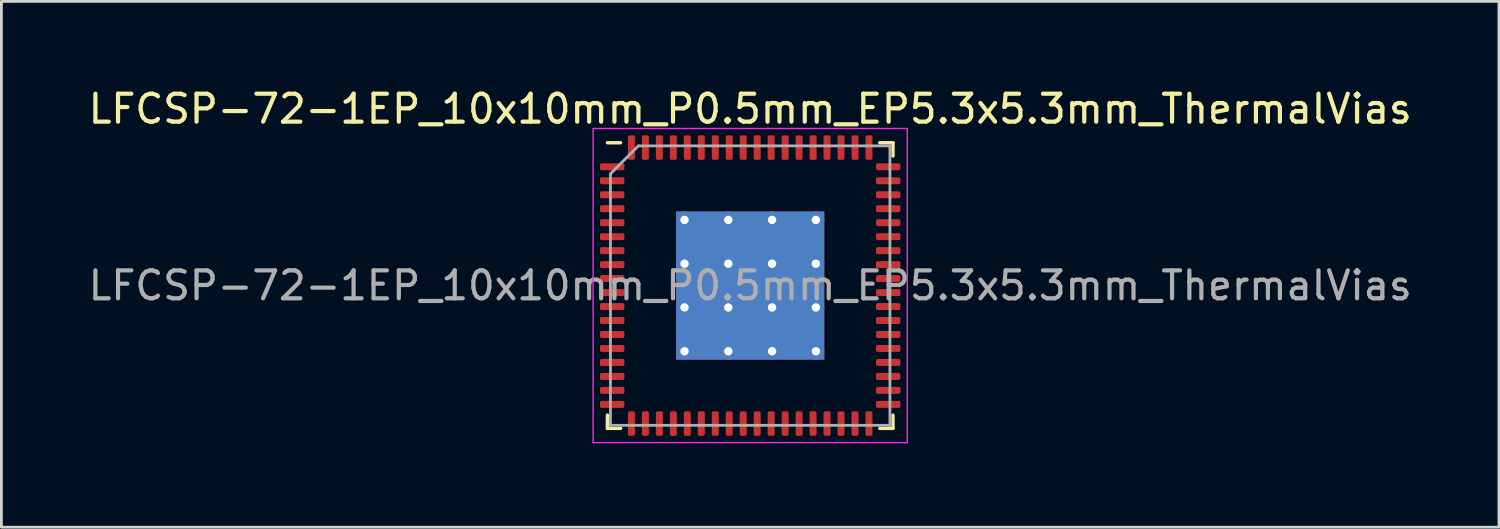
<source format=kicad_pcb>
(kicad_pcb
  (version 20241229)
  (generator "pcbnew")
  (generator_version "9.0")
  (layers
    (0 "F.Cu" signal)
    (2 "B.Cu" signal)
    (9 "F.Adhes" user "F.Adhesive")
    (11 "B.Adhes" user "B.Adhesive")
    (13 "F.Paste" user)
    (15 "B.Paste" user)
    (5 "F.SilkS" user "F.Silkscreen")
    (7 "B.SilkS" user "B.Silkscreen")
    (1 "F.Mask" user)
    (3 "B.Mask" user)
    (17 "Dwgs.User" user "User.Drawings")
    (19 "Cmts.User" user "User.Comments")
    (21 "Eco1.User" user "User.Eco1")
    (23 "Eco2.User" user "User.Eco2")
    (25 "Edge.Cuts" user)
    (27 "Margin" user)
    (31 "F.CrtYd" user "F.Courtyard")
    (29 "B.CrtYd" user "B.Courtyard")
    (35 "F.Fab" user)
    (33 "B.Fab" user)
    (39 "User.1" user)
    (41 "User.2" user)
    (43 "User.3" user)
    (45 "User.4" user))
  (footprint "LFCSP-72-1EP_10x10mm_P0.5mm_EP5.3x5.3mm_ThermalVias"
    (layer "F.Cu")
    (at 23.792 7.168)
    (property "Reference" "LFCSP-72-1EP_10x10mm_P0.5mm_EP5.3x5.3mm_ThermalVias" (at 0 -6.32 0) (layer "F.SilkS") (effects (font (size 1 1) (thickness 0.15))))
    (attr smd)
    (fp_line (start -5.11 5.11) (end -5.11 4.635) (stroke (width 0.12) (type solid)) (layer "F.SilkS"))
    (fp_line (start -4.635 -5.11) (end -5.11 -5.11) (stroke (width 0.12) (type solid)) (layer "F.SilkS"))
    (fp_line (start -4.635 5.11) (end -5.11 5.11) (stroke (width 0.12) (type solid)) (layer "F.SilkS"))
    (fp_line (start 4.635 -5.11) (end 5.11 -5.11) (stroke (width 0.12) (type solid)) (layer "F.SilkS"))
    (fp_line (start 4.635 5.11) (end 5.11 5.11) (stroke (width 0.12) (type solid)) (layer "F.SilkS"))
    (fp_line (start 5.11 -5.11) (end 5.11 -4.635) (stroke (width 0.12) (type solid)) (layer "F.SilkS"))
    (fp_line (start 5.11 5.11) (end 5.11 4.635) (stroke (width 0.12) (type solid)) (layer "F.SilkS"))
    (fp_line (start -5.62 -5.62) (end -5.62 5.62) (stroke (width 0.05) (type solid)) (layer "F.CrtYd"))
    (fp_line (start -5.62 5.62) (end 5.62 5.62) (stroke (width 0.05) (type solid)) (layer "F.CrtYd"))
    (fp_line (start 5.62 -5.62) (end -5.62 -5.62) (stroke (width 0.05) (type solid)) (layer "F.CrtYd"))
    (fp_line (start 5.62 5.62) (end 5.62 -5.62) (stroke (width 0.05) (type solid)) (layer "F.CrtYd"))
    (fp_line (start -5 -4) (end -4 -5) (stroke (width 0.1) (type solid)) (layer "F.Fab"))
    (fp_line (start -5 5) (end -5 -4) (stroke (width 0.1) (type solid)) (layer "F.Fab"))
    (fp_line (start -4 -5) (end 5 -5) (stroke (width 0.1) (type solid)) (layer "F.Fab"))
    (fp_line (start 5 -5) (end 5 5) (stroke (width 0.1) (type solid)) (layer "F.Fab"))
    (fp_line (start 5 5) (end -5 5) (stroke (width 0.1) (type solid)) (layer "F.Fab"))
    (fp_text user "${REFERENCE}" (at 0 0 0) (layer "F.Fab") (effects (font (size 1 1) (thickness 0.15))))
    (pad "" smd custom (at -1.567 -1.567) (size 1.275 1.275) (layers "F.Paste") (options (anchor circle)) (primitives (gr_poly (pts (xy -0.563 -0.439) (xy -0.439 -0.563) (xy 0.439 -0.563) (xy 0.563 -0.439) (xy 0.563 0.439) (xy 0.439 0.563) (xy -0.439 0.563) (xy -0.563 0.439)) (width 0.299) (fill yes))))
    (pad "" smd custom (at -1.567 0) (size 1.275 1.275) (layers "F.Paste") (options (anchor circle)) (primitives (gr_poly (pts (xy -0.563 -0.439) (xy -0.439 -0.563) (xy 0.439 -0.563) (xy 0.563 -0.439) (xy 0.563 0.439) (xy 0.439 0.563) (xy -0.439 0.563) (xy -0.563 0.439)) (width 0.299) (fill yes))))
    (pad "" smd custom (at -1.567 1.567) (size 1.275 1.275) (layers "F.Paste") (options (anchor circle)) (primitives (gr_poly (pts (xy -0.563 -0.439) (xy -0.439 -0.563) (xy 0.439 -0.563) (xy 0.563 -0.439) (xy 0.563 0.439) (xy 0.439 0.563) (xy -0.439 0.563) (xy -0.563 0.439)) (width 0.299) (fill yes))))
    (pad "" smd custom (at 0 -1.567) (size 1.275 1.275) (layers "F.Paste") (options (anchor circle)) (primitives (gr_poly (pts (xy -0.563 -0.439) (xy -0.439 -0.563) (xy 0.439 -0.563) (xy 0.563 -0.439) (xy 0.563 0.439) (xy 0.439 0.563) (xy -0.439 0.563) (xy -0.563 0.439)) (width 0.299) (fill yes))))
    (pad "" smd custom (at 0 0) (size 1.275 1.275) (layers "F.Paste") (options (anchor circle)) (primitives (gr_poly (pts (xy -0.563 -0.439) (xy -0.439 -0.563) (xy 0.439 -0.563) (xy 0.563 -0.439) (xy 0.563 0.439) (xy 0.439 0.563) (xy -0.439 0.563) (xy -0.563 0.439)) (width 0.299) (fill yes))))
    (pad "" smd custom (at 0 1.567) (size 1.275 1.275) (layers "F.Paste") (options (anchor circle)) (primitives (gr_poly (pts (xy -0.563 -0.439) (xy -0.439 -0.563) (xy 0.439 -0.563) (xy 0.563 -0.439) (xy 0.563 0.439) (xy 0.439 0.563) (xy -0.439 0.563) (xy -0.563 0.439)) (width 0.299) (fill yes))))
    (pad "" smd custom (at 1.567 -1.567) (size 1.275 1.275) (layers "F.Paste") (options (anchor circle)) (primitives (gr_poly (pts (xy -0.563 -0.439) (xy -0.439 -0.563) (xy 0.439 -0.563) (xy 0.563 -0.439) (xy 0.563 0.439) (xy 0.439 0.563) (xy -0.439 0.563) (xy -0.563 0.439)) (width 0.299) (fill yes))))
    (pad "" smd custom (at 1.567 0) (size 1.275 1.275) (layers "F.Paste") (options (anchor circle)) (primitives (gr_poly (pts (xy -0.563 -0.439) (xy -0.439 -0.563) (xy 0.439 -0.563) (xy 0.563 -0.439) (xy 0.563 0.439) (xy 0.439 0.563) (xy -0.439 0.563) (xy -0.563 0.439)) (width 0.299) (fill yes))))
    (pad "" smd custom (at 1.567 1.567) (size 1.275 1.275) (layers "F.Paste") (options (anchor circle)) (primitives (gr_poly (pts (xy -0.563 -0.439) (xy -0.439 -0.563) (xy 0.439 -0.563) (xy 0.563 -0.439) (xy 0.563 0.439) (xy 0.439 0.563) (xy -0.439 0.563) (xy -0.563 0.439)) (width 0.299) (fill yes))))
    (pad "1" smd roundrect (at -4.938 -4.25) (size 0.875 0.25) (layers "F.Cu" "F.Mask" "F.Paste") (roundrect_rratio 0.25))
    (pad "2" smd roundrect (at -4.938 -3.75) (size 0.875 0.25) (layers "F.Cu" "F.Mask" "F.Paste") (roundrect_rratio 0.25))
    (pad "3" smd roundrect (at -4.938 -3.25) (size 0.875 0.25) (layers "F.Cu" "F.Mask" "F.Paste") (roundrect_rratio 0.25))
    (pad "4" smd roundrect (at -4.938 -2.75) (size 0.875 0.25) (layers "F.Cu" "F.Mask" "F.Paste") (roundrect_rratio 0.25))
    (pad "5" smd roundrect (at -4.938 -2.25) (size 0.875 0.25) (layers "F.Cu" "F.Mask" "F.Paste") (roundrect_rratio 0.25))
    (pad "6" smd roundrect (at -4.938 -1.75) (size 0.875 0.25) (layers "F.Cu" "F.Mask" "F.Paste") (roundrect_rratio 0.25))
    (pad "7" smd roundrect (at -4.938 -1.25) (size 0.875 0.25) (layers "F.Cu" "F.Mask" "F.Paste") (roundrect_rratio 0.25))
    (pad "8" smd roundrect (at -4.938 -0.75) (size 0.875 0.25) (layers "F.Cu" "F.Mask" "F.Paste") (roundrect_rratio 0.25))
    (pad "9" smd roundrect (at -4.938 -0.25) (size 0.875 0.25) (layers "F.Cu" "F.Mask" "F.Paste") (roundrect_rratio 0.25))
    (pad "10" smd roundrect (at -4.938 0.25) (size 0.875 0.25) (layers "F.Cu" "F.Mask" "F.Paste") (roundrect_rratio 0.25))
    (pad "11" smd roundrect (at -4.938 0.75) (size 0.875 0.25) (layers "F.Cu" "F.Mask" "F.Paste") (roundrect_rratio 0.25))
    (pad "12" smd roundrect (at -4.938 1.25) (size 0.875 0.25) (layers "F.Cu" "F.Mask" "F.Paste") (roundrect_rratio 0.25))
    (pad "13" smd roundrect (at -4.938 1.75) (size 0.875 0.25) (layers "F.Cu" "F.Mask" "F.Paste") (roundrect_rratio 0.25))
    (pad "14" smd roundrect (at -4.938 2.25) (size 0.875 0.25) (layers "F.Cu" "F.Mask" "F.Paste") (roundrect_rratio 0.25))
    (pad "15" smd roundrect (at -4.938 2.75) (size 0.875 0.25) (layers "F.Cu" "F.Mask" "F.Paste") (roundrect_rratio 0.25))
    (pad "16" smd roundrect (at -4.938 3.25) (size 0.875 0.25) (layers "F.Cu" "F.Mask" "F.Paste") (roundrect_rratio 0.25))
    (pad "17" smd roundrect (at -4.938 3.75) (size 0.875 0.25) (layers "F.Cu" "F.Mask" "F.Paste") (roundrect_rratio 0.25))
    (pad "18" smd roundrect (at -4.938 4.25) (size 0.875 0.25) (layers "F.Cu" "F.Mask" "F.Paste") (roundrect_rratio 0.25))
    (pad "19" smd roundrect (at -4.25 4.938) (size 0.25 0.875) (layers "F.Cu" "F.Mask" "F.Paste") (roundrect_rratio 0.25))
    (pad "20" smd roundrect (at -3.75 4.938) (size 0.25 0.875) (layers "F.Cu" "F.Mask" "F.Paste") (roundrect_rratio 0.25))
    (pad "21" smd roundrect (at -3.25 4.938) (size 0.25 0.875) (layers "F.Cu" "F.Mask" "F.Paste") (roundrect_rratio 0.25))
    (pad "22" smd roundrect (at -2.75 4.938) (size 0.25 0.875) (layers "F.Cu" "F.Mask" "F.Paste") (roundrect_rratio 0.25))
    (pad "23" smd roundrect (at -2.25 4.938) (size 0.25 0.875) (layers "F.Cu" "F.Mask" "F.Paste") (roundrect_rratio 0.25))
    (pad "24" smd roundrect (at -1.75 4.938) (size 0.25 0.875) (layers "F.Cu" "F.Mask" "F.Paste") (roundrect_rratio 0.25))
    (pad "25" smd roundrect (at -1.25 4.938) (size 0.25 0.875) (layers "F.Cu" "F.Mask" "F.Paste") (roundrect_rratio 0.25))
    (pad "26" smd roundrect (at -0.75 4.938) (size 0.25 0.875) (layers "F.Cu" "F.Mask" "F.Paste") (roundrect_rratio 0.25))
    (pad "27" smd roundrect (at -0.25 4.938) (size 0.25 0.875) (layers "F.Cu" "F.Mask" "F.Paste") (roundrect_rratio 0.25))
    (pad "28" smd roundrect (at 0.25 4.938) (size 0.25 0.875) (layers "F.Cu" "F.Mask" "F.Paste") (roundrect_rratio 0.25))
    (pad "29" smd roundrect (at 0.75 4.938) (size 0.25 0.875) (layers "F.Cu" "F.Mask" "F.Paste") (roundrect_rratio 0.25))
    (pad "30" smd roundrect (at 1.25 4.938) (size 0.25 0.875) (layers "F.Cu" "F.Mask" "F.Paste") (roundrect_rratio 0.25))
    (pad "31" smd roundrect (at 1.75 4.938) (size 0.25 0.875) (layers "F.Cu" "F.Mask" "F.Paste") (roundrect_rratio 0.25))
    (pad "32" smd roundrect (at 2.25 4.938) (size 0.25 0.875) (layers "F.Cu" "F.Mask" "F.Paste") (roundrect_rratio 0.25))
    (pad "33" smd roundrect (at 2.75 4.938) (size 0.25 0.875) (layers "F.Cu" "F.Mask" "F.Paste") (roundrect_rratio 0.25))
    (pad "34" smd roundrect (at 3.25 4.938) (size 0.25 0.875) (layers "F.Cu" "F.Mask" "F.Paste") (roundrect_rratio 0.25))
    (pad "35" smd roundrect (at 3.75 4.938) (size 0.25 0.875) (layers "F.Cu" "F.Mask" "F.Paste") (roundrect_rratio 0.25))
    (pad "36" smd roundrect (at 4.25 4.938) (size 0.25 0.875) (layers "F.Cu" "F.Mask" "F.Paste") (roundrect_rratio 0.25))
    (pad "37" smd roundrect (at 4.938 4.25) (size 0.875 0.25) (layers "F.Cu" "F.Mask" "F.Paste") (roundrect_rratio 0.25))
    (pad "38" smd roundrect (at 4.938 3.75) (size 0.875 0.25) (layers "F.Cu" "F.Mask" "F.Paste") (roundrect_rratio 0.25))
    (pad "39" smd roundrect (at 4.938 3.25) (size 0.875 0.25) (layers "F.Cu" "F.Mask" "F.Paste") (roundrect_rratio 0.25))
    (pad "40" smd roundrect (at 4.938 2.75) (size 0.875 0.25) (layers "F.Cu" "F.Mask" "F.Paste") (roundrect_rratio 0.25))
    (pad "41" smd roundrect (at 4.938 2.25) (size 0.875 0.25) (layers "F.Cu" "F.Mask" "F.Paste") (roundrect_rratio 0.25))
    (pad "42" smd roundrect (at 4.938 1.75) (size 0.875 0.25) (layers "F.Cu" "F.Mask" "F.Paste") (roundrect_rratio 0.25))
    (pad "43" smd roundrect (at 4.938 1.25) (size 0.875 0.25) (layers "F.Cu" "F.Mask" "F.Paste") (roundrect_rratio 0.25))
    (pad "44" smd roundrect (at 4.938 0.75) (size 0.875 0.25) (layers "F.Cu" "F.Mask" "F.Paste") (roundrect_rratio 0.25))
    (pad "45" smd roundrect (at 4.938 0.25) (size 0.875 0.25) (layers "F.Cu" "F.Mask" "F.Paste") (roundrect_rratio 0.25))
    (pad "46" smd roundrect (at 4.938 -0.25) (size 0.875 0.25) (layers "F.Cu" "F.Mask" "F.Paste") (roundrect_rratio 0.25))
    (pad "47" smd roundrect (at 4.938 -0.75) (size 0.875 0.25) (layers "F.Cu" "F.Mask" "F.Paste") (roundrect_rratio 0.25))
    (pad "48" smd roundrect (at 4.938 -1.25) (size 0.875 0.25) (layers "F.Cu" "F.Mask" "F.Paste") (roundrect_rratio 0.25))
    (pad "49" smd roundrect (at 4.938 -1.75) (size 0.875 0.25) (layers "F.Cu" "F.Mask" "F.Paste") (roundrect_rratio 0.25))
    (pad "50" smd roundrect (at 4.938 -2.25) (size 0.875 0.25) (layers "F.Cu" "F.Mask" "F.Paste") (roundrect_rratio 0.25))
    (pad "51" smd roundrect (at 4.938 -2.75) (size 0.875 0.25) (layers "F.Cu" "F.Mask" "F.Paste") (roundrect_rratio 0.25))
    (pad "52" smd roundrect (at 4.938 -3.25) (size 0.875 0.25) (layers "F.Cu" "F.Mask" "F.Paste") (roundrect_rratio 0.25))
    (pad "53" smd roundrect (at 4.938 -3.75) (size 0.875 0.25) (layers "F.Cu" "F.Mask" "F.Paste") (roundrect_rratio 0.25))
    (pad "54" smd roundrect (at 4.938 -4.25) (size 0.875 0.25) (layers "F.Cu" "F.Mask" "F.Paste") (roundrect_rratio 0.25))
    (pad "55" smd roundrect (at 4.25 -4.938) (size 0.25 0.875) (layers "F.Cu" "F.Mask" "F.Paste") (roundrect_rratio 0.25))
    (pad "56" smd roundrect (at 3.75 -4.938) (size 0.25 0.875) (layers "F.Cu" "F.Mask" "F.Paste") (roundrect_rratio 0.25))
    (pad "57" smd roundrect (at 3.25 -4.938) (size 0.25 0.875) (layers "F.Cu" "F.Mask" "F.Paste") (roundrect_rratio 0.25))
    (pad "58" smd roundrect (at 2.75 -4.938) (size 0.25 0.875) (layers "F.Cu" "F.Mask" "F.Paste") (roundrect_rratio 0.25))
    (pad "59" smd roundrect (at 2.25 -4.938) (size 0.25 0.875) (layers "F.Cu" "F.Mask" "F.Paste") (roundrect_rratio 0.25))
    (pad "60" smd roundrect (at 1.75 -4.938) (size 0.25 0.875) (layers "F.Cu" "F.Mask" "F.Paste") (roundrect_rratio 0.25))
    (pad "61" smd roundrect (at 1.25 -4.938) (size 0.25 0.875) (layers "F.Cu" "F.Mask" "F.Paste") (roundrect_rratio 0.25))
    (pad "62" smd roundrect (at 0.75 -4.938) (size 0.25 0.875) (layers "F.Cu" "F.Mask" "F.Paste") (roundrect_rratio 0.25))
    (pad "63" smd roundrect (at 0.25 -4.938) (size 0.25 0.875) (layers "F.Cu" "F.Mask" "F.Paste") (roundrect_rratio 0.25))
    (pad "64" smd roundrect (at -0.25 -4.938) (size 0.25 0.875) (layers "F.Cu" "F.Mask" "F.Paste") (roundrect_rratio 0.25))
    (pad "65" smd roundrect (at -0.75 -4.938) (size 0.25 0.875) (layers "F.Cu" "F.Mask" "F.Paste") (roundrect_rratio 0.25))
    (pad "66" smd roundrect (at -1.25 -4.938) (size 0.25 0.875) (layers "F.Cu" "F.Mask" "F.Paste") (roundrect_rratio 0.25))
    (pad "67" smd roundrect (at -1.75 -4.938) (size 0.25 0.875) (layers "F.Cu" "F.Mask" "F.Paste") (roundrect_rratio 0.25))
    (pad "68" smd roundrect (at -2.25 -4.938) (size 0.25 0.875) (layers "F.Cu" "F.Mask" "F.Paste") (roundrect_rratio 0.25))
    (pad "69" smd roundrect (at -2.75 -4.938) (size 0.25 0.875) (layers "F.Cu" "F.Mask" "F.Paste") (roundrect_rratio 0.25))
    (pad "70" smd roundrect (at -3.25 -4.938) (size 0.25 0.875) (layers "F.Cu" "F.Mask" "F.Paste") (roundrect_rratio 0.25))
    (pad "71" smd roundrect (at -3.75 -4.938) (size 0.25 0.875) (layers "F.Cu" "F.Mask" "F.Paste") (roundrect_rratio 0.25))
    (pad "72" smd roundrect (at -4.25 -4.938) (size 0.25 0.875) (layers "F.Cu" "F.Mask" "F.Paste") (roundrect_rratio 0.25))
    (pad "73" thru_hole circle (at -2.35 -2.35) (size 0.6 0.6) (drill 0.3) (layers "*.Cu"))
    (pad "73" thru_hole circle (at -2.35 -0.783) (size 0.6 0.6) (drill 0.3) (layers "*.Cu"))
    (pad "73" thru_hole circle (at -2.35 0.783) (size 0.6 0.6) (drill 0.3) (layers "*.Cu"))
    (pad "73" thru_hole circle (at -2.35 2.35) (size 0.6 0.6) (drill 0.3) (layers "*.Cu"))
    (pad "73" thru_hole circle (at -0.783 -2.35) (size 0.6 0.6) (drill 0.3) (layers "*.Cu"))
    (pad "73" thru_hole circle (at -0.783 -0.783) (size 0.6 0.6) (drill 0.3) (layers "*.Cu"))
    (pad "73" thru_hole circle (at -0.783 0.783) (size 0.6 0.6) (drill 0.3) (layers "*.Cu"))
    (pad "73" thru_hole circle (at -0.783 2.35) (size 0.6 0.6) (drill 0.3) (layers "*.Cu"))
    (pad "73" smd rect (at 0 0) (size 5.3 5.3) (layers "F.Cu" "F.Mask"))
    (pad "73" smd rect (at 0 0) (size 5.3 5.3) (layers "B.Cu"))
    (pad "73" thru_hole circle (at 0.783 -2.35) (size 0.6 0.6) (drill 0.3) (layers "*.Cu"))
    (pad "73" thru_hole circle (at 0.783 -0.783) (size 0.6 0.6) (drill 0.3) (layers "*.Cu"))
    (pad "73" thru_hole circle (at 0.783 0.783) (size 0.6 0.6) (drill 0.3) (layers "*.Cu"))
    (pad "73" thru_hole circle (at 0.783 2.35) (size 0.6 0.6) (drill 0.3) (layers "*.Cu"))
    (pad "73" thru_hole circle (at 2.35 -2.35) (size 0.6 0.6) (drill 0.3) (layers "*.Cu"))
    (pad "73" thru_hole circle (at 2.35 -0.783) (size 0.6 0.6) (drill 0.3) (layers "*.Cu"))
    (pad "73" thru_hole circle (at 2.35 0.783) (size 0.6 0.6) (drill 0.3) (layers "*.Cu"))
    (pad "73" thru_hole circle (at 2.35 2.35) (size 0.6 0.6) (drill 0.3) (layers "*.Cu")))
  (gr_rect
    (start -3 -3)
    (end 50.583 15.813)
    (stroke (width 0.1) (type default))
    (fill no)
    (layer "Edge.Cuts")))
</source>
